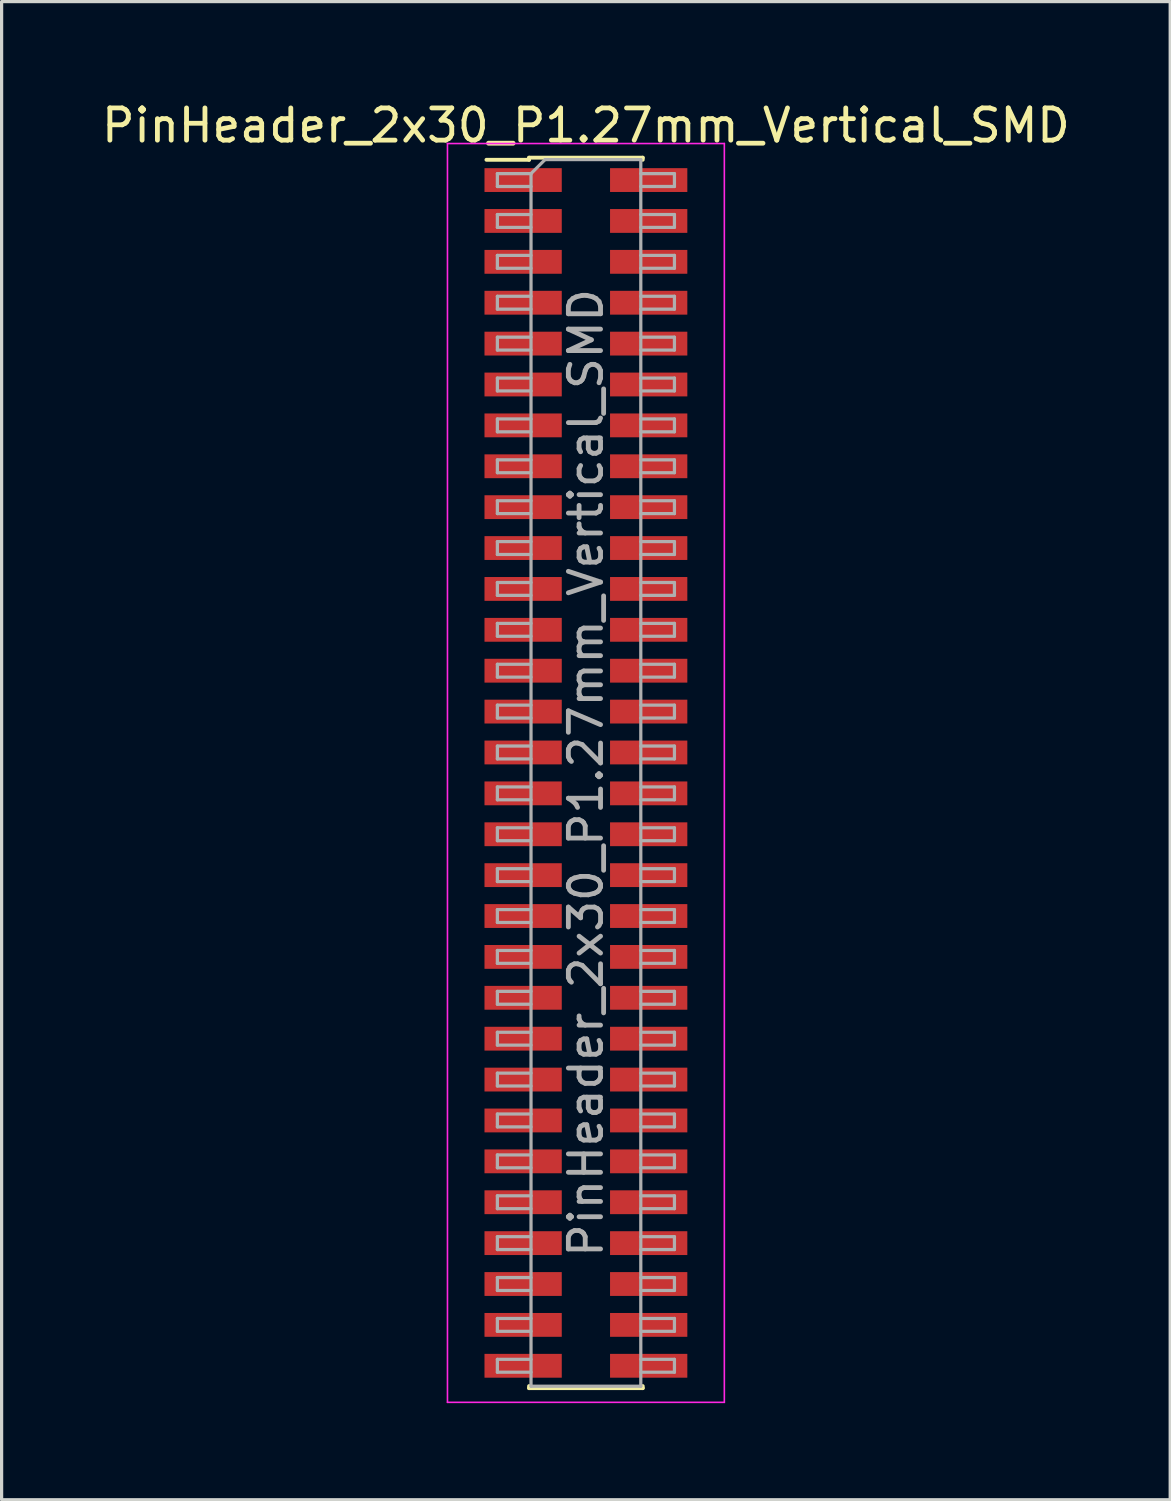
<source format=kicad_pcb>
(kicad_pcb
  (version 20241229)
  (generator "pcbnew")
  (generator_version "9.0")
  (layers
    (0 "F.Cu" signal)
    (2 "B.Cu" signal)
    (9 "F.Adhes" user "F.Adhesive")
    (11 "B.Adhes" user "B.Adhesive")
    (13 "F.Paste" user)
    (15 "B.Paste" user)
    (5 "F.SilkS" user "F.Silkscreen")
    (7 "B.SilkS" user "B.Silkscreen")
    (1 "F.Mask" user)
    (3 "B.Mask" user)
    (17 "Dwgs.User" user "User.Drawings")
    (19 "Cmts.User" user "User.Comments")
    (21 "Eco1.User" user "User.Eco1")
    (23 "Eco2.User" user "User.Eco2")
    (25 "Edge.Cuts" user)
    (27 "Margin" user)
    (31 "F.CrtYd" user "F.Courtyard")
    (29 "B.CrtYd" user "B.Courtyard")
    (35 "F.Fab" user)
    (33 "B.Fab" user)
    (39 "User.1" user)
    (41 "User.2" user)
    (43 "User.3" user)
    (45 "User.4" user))
  (footprint "PinHeader_2x30_P1.27mm_Vertical_SMD"
    (layer "F.Cu")
    (at 15.149 20.958)
    (property "Reference" "PinHeader_2x30_P1.27mm_Vertical_SMD" (at 0 -20.11 0) (layer "F.SilkS") (effects (font (size 1 1) (thickness 0.15))))
    (attr smd)
    (fp_line (start -3.09 -19.045) (end -1.765 -19.045) (stroke (width 0.12) (type solid)) (layer "F.SilkS"))
    (fp_line (start -1.765 -19.11) (end -1.765 -19.045) (stroke (width 0.12) (type solid)) (layer "F.SilkS"))
    (fp_line (start -1.765 -19.11) (end 1.765 -19.11) (stroke (width 0.12) (type solid)) (layer "F.SilkS"))
    (fp_line (start -1.765 19.045) (end -1.765 19.11) (stroke (width 0.12) (type solid)) (layer "F.SilkS"))
    (fp_line (start -1.765 19.11) (end 1.765 19.11) (stroke (width 0.12) (type solid)) (layer "F.SilkS"))
    (fp_line (start 1.765 -19.11) (end 1.765 -19.045) (stroke (width 0.12) (type solid)) (layer "F.SilkS"))
    (fp_line (start 1.765 19.045) (end 1.765 19.11) (stroke (width 0.12) (type solid)) (layer "F.SilkS"))
    (fp_line (start -4.3 -19.55) (end -4.3 19.55) (stroke (width 0.05) (type solid)) (layer "F.CrtYd"))
    (fp_line (start -4.3 19.55) (end 4.3 19.55) (stroke (width 0.05) (type solid)) (layer "F.CrtYd"))
    (fp_line (start 4.3 -19.55) (end -4.3 -19.55) (stroke (width 0.05) (type solid)) (layer "F.CrtYd"))
    (fp_line (start 4.3 19.55) (end 4.3 -19.55) (stroke (width 0.05) (type solid)) (layer "F.CrtYd"))
    (fp_line (start -2.75 -18.615) (end -2.75 -18.215) (stroke (width 0.1) (type solid)) (layer "F.Fab"))
    (fp_line (start -2.75 -18.215) (end -1.705 -18.215) (stroke (width 0.1) (type solid)) (layer "F.Fab"))
    (fp_line (start -2.75 -17.345) (end -2.75 -16.945) (stroke (width 0.1) (type solid)) (layer "F.Fab"))
    (fp_line (start -2.75 -16.945) (end -1.705 -16.945) (stroke (width 0.1) (type solid)) (layer "F.Fab"))
    (fp_line (start -2.75 -16.075) (end -2.75 -15.675) (stroke (width 0.1) (type solid)) (layer "F.Fab"))
    (fp_line (start -2.75 -15.675) (end -1.705 -15.675) (stroke (width 0.1) (type solid)) (layer "F.Fab"))
    (fp_line (start -2.75 -14.805) (end -2.75 -14.405) (stroke (width 0.1) (type solid)) (layer "F.Fab"))
    (fp_line (start -2.75 -14.405) (end -1.705 -14.405) (stroke (width 0.1) (type solid)) (layer "F.Fab"))
    (fp_line (start -2.75 -13.535) (end -2.75 -13.135) (stroke (width 0.1) (type solid)) (layer "F.Fab"))
    (fp_line (start -2.75 -13.135) (end -1.705 -13.135) (stroke (width 0.1) (type solid)) (layer "F.Fab"))
    (fp_line (start -2.75 -12.265) (end -2.75 -11.865) (stroke (width 0.1) (type solid)) (layer "F.Fab"))
    (fp_line (start -2.75 -11.865) (end -1.705 -11.865) (stroke (width 0.1) (type solid)) (layer "F.Fab"))
    (fp_line (start -2.75 -10.995) (end -2.75 -10.595) (stroke (width 0.1) (type solid)) (layer "F.Fab"))
    (fp_line (start -2.75 -10.595) (end -1.705 -10.595) (stroke (width 0.1) (type solid)) (layer "F.Fab"))
    (fp_line (start -2.75 -9.725) (end -2.75 -9.325) (stroke (width 0.1) (type solid)) (layer "F.Fab"))
    (fp_line (start -2.75 -9.325) (end -1.705 -9.325) (stroke (width 0.1) (type solid)) (layer "F.Fab"))
    (fp_line (start -2.75 -8.455) (end -2.75 -8.055) (stroke (width 0.1) (type solid)) (layer "F.Fab"))
    (fp_line (start -2.75 -8.055) (end -1.705 -8.055) (stroke (width 0.1) (type solid)) (layer "F.Fab"))
    (fp_line (start -2.75 -7.185) (end -2.75 -6.785) (stroke (width 0.1) (type solid)) (layer "F.Fab"))
    (fp_line (start -2.75 -6.785) (end -1.705 -6.785) (stroke (width 0.1) (type solid)) (layer "F.Fab"))
    (fp_line (start -2.75 -5.915) (end -2.75 -5.515) (stroke (width 0.1) (type solid)) (layer "F.Fab"))
    (fp_line (start -2.75 -5.515) (end -1.705 -5.515) (stroke (width 0.1) (type solid)) (layer "F.Fab"))
    (fp_line (start -2.75 -4.645) (end -2.75 -4.245) (stroke (width 0.1) (type solid)) (layer "F.Fab"))
    (fp_line (start -2.75 -4.245) (end -1.705 -4.245) (stroke (width 0.1) (type solid)) (layer "F.Fab"))
    (fp_line (start -2.75 -3.375) (end -2.75 -2.975) (stroke (width 0.1) (type solid)) (layer "F.Fab"))
    (fp_line (start -2.75 -2.975) (end -1.705 -2.975) (stroke (width 0.1) (type solid)) (layer "F.Fab"))
    (fp_line (start -2.75 -2.105) (end -2.75 -1.705) (stroke (width 0.1) (type solid)) (layer "F.Fab"))
    (fp_line (start -2.75 -1.705) (end -1.705 -1.705) (stroke (width 0.1) (type solid)) (layer "F.Fab"))
    (fp_line (start -2.75 -0.835) (end -2.75 -0.435) (stroke (width 0.1) (type solid)) (layer "F.Fab"))
    (fp_line (start -2.75 -0.435) (end -1.705 -0.435) (stroke (width 0.1) (type solid)) (layer "F.Fab"))
    (fp_line (start -2.75 0.435) (end -2.75 0.835) (stroke (width 0.1) (type solid)) (layer "F.Fab"))
    (fp_line (start -2.75 0.835) (end -1.705 0.835) (stroke (width 0.1) (type solid)) (layer "F.Fab"))
    (fp_line (start -2.75 1.705) (end -2.75 2.105) (stroke (width 0.1) (type solid)) (layer "F.Fab"))
    (fp_line (start -2.75 2.105) (end -1.705 2.105) (stroke (width 0.1) (type solid)) (layer "F.Fab"))
    (fp_line (start -2.75 2.975) (end -2.75 3.375) (stroke (width 0.1) (type solid)) (layer "F.Fab"))
    (fp_line (start -2.75 3.375) (end -1.705 3.375) (stroke (width 0.1) (type solid)) (layer "F.Fab"))
    (fp_line (start -2.75 4.245) (end -2.75 4.645) (stroke (width 0.1) (type solid)) (layer "F.Fab"))
    (fp_line (start -2.75 4.645) (end -1.705 4.645) (stroke (width 0.1) (type solid)) (layer "F.Fab"))
    (fp_line (start -2.75 5.515) (end -2.75 5.915) (stroke (width 0.1) (type solid)) (layer "F.Fab"))
    (fp_line (start -2.75 5.915) (end -1.705 5.915) (stroke (width 0.1) (type solid)) (layer "F.Fab"))
    (fp_line (start -2.75 6.785) (end -2.75 7.185) (stroke (width 0.1) (type solid)) (layer "F.Fab"))
    (fp_line (start -2.75 7.185) (end -1.705 7.185) (stroke (width 0.1) (type solid)) (layer "F.Fab"))
    (fp_line (start -2.75 8.055) (end -2.75 8.455) (stroke (width 0.1) (type solid)) (layer "F.Fab"))
    (fp_line (start -2.75 8.455) (end -1.705 8.455) (stroke (width 0.1) (type solid)) (layer "F.Fab"))
    (fp_line (start -2.75 9.325) (end -2.75 9.725) (stroke (width 0.1) (type solid)) (layer "F.Fab"))
    (fp_line (start -2.75 9.725) (end -1.705 9.725) (stroke (width 0.1) (type solid)) (layer "F.Fab"))
    (fp_line (start -2.75 10.595) (end -2.75 10.995) (stroke (width 0.1) (type solid)) (layer "F.Fab"))
    (fp_line (start -2.75 10.995) (end -1.705 10.995) (stroke (width 0.1) (type solid)) (layer "F.Fab"))
    (fp_line (start -2.75 11.865) (end -2.75 12.265) (stroke (width 0.1) (type solid)) (layer "F.Fab"))
    (fp_line (start -2.75 12.265) (end -1.705 12.265) (stroke (width 0.1) (type solid)) (layer "F.Fab"))
    (fp_line (start -2.75 13.135) (end -2.75 13.535) (stroke (width 0.1) (type solid)) (layer "F.Fab"))
    (fp_line (start -2.75 13.535) (end -1.705 13.535) (stroke (width 0.1) (type solid)) (layer "F.Fab"))
    (fp_line (start -2.75 14.405) (end -2.75 14.805) (stroke (width 0.1) (type solid)) (layer "F.Fab"))
    (fp_line (start -2.75 14.805) (end -1.705 14.805) (stroke (width 0.1) (type solid)) (layer "F.Fab"))
    (fp_line (start -2.75 15.675) (end -2.75 16.075) (stroke (width 0.1) (type solid)) (layer "F.Fab"))
    (fp_line (start -2.75 16.075) (end -1.705 16.075) (stroke (width 0.1) (type solid)) (layer "F.Fab"))
    (fp_line (start -2.75 16.945) (end -2.75 17.345) (stroke (width 0.1) (type solid)) (layer "F.Fab"))
    (fp_line (start -2.75 17.345) (end -1.705 17.345) (stroke (width 0.1) (type solid)) (layer "F.Fab"))
    (fp_line (start -2.75 18.215) (end -2.75 18.615) (stroke (width 0.1) (type solid)) (layer "F.Fab"))
    (fp_line (start -2.75 18.615) (end -1.705 18.615) (stroke (width 0.1) (type solid)) (layer "F.Fab"))
    (fp_line (start -1.705 -18.615) (end -2.75 -18.615) (stroke (width 0.1) (type solid)) (layer "F.Fab"))
    (fp_line (start -1.705 -18.615) (end -1.27 -19.05) (stroke (width 0.1) (type solid)) (layer "F.Fab"))
    (fp_line (start -1.705 -17.345) (end -2.75 -17.345) (stroke (width 0.1) (type solid)) (layer "F.Fab"))
    (fp_line (start -1.705 -16.075) (end -2.75 -16.075) (stroke (width 0.1) (type solid)) (layer "F.Fab"))
    (fp_line (start -1.705 -14.805) (end -2.75 -14.805) (stroke (width 0.1) (type solid)) (layer "F.Fab"))
    (fp_line (start -1.705 -13.535) (end -2.75 -13.535) (stroke (width 0.1) (type solid)) (layer "F.Fab"))
    (fp_line (start -1.705 -12.265) (end -2.75 -12.265) (stroke (width 0.1) (type solid)) (layer "F.Fab"))
    (fp_line (start -1.705 -10.995) (end -2.75 -10.995) (stroke (width 0.1) (type solid)) (layer "F.Fab"))
    (fp_line (start -1.705 -9.725) (end -2.75 -9.725) (stroke (width 0.1) (type solid)) (layer "F.Fab"))
    (fp_line (start -1.705 -8.455) (end -2.75 -8.455) (stroke (width 0.1) (type solid)) (layer "F.Fab"))
    (fp_line (start -1.705 -7.185) (end -2.75 -7.185) (stroke (width 0.1) (type solid)) (layer "F.Fab"))
    (fp_line (start -1.705 -5.915) (end -2.75 -5.915) (stroke (width 0.1) (type solid)) (layer "F.Fab"))
    (fp_line (start -1.705 -4.645) (end -2.75 -4.645) (stroke (width 0.1) (type solid)) (layer "F.Fab"))
    (fp_line (start -1.705 -3.375) (end -2.75 -3.375) (stroke (width 0.1) (type solid)) (layer "F.Fab"))
    (fp_line (start -1.705 -2.105) (end -2.75 -2.105) (stroke (width 0.1) (type solid)) (layer "F.Fab"))
    (fp_line (start -1.705 -0.835) (end -2.75 -0.835) (stroke (width 0.1) (type solid)) (layer "F.Fab"))
    (fp_line (start -1.705 0.435) (end -2.75 0.435) (stroke (width 0.1) (type solid)) (layer "F.Fab"))
    (fp_line (start -1.705 1.705) (end -2.75 1.705) (stroke (width 0.1) (type solid)) (layer "F.Fab"))
    (fp_line (start -1.705 2.975) (end -2.75 2.975) (stroke (width 0.1) (type solid)) (layer "F.Fab"))
    (fp_line (start -1.705 4.245) (end -2.75 4.245) (stroke (width 0.1) (type solid)) (layer "F.Fab"))
    (fp_line (start -1.705 5.515) (end -2.75 5.515) (stroke (width 0.1) (type solid)) (layer "F.Fab"))
    (fp_line (start -1.705 6.785) (end -2.75 6.785) (stroke (width 0.1) (type solid)) (layer "F.Fab"))
    (fp_line (start -1.705 8.055) (end -2.75 8.055) (stroke (width 0.1) (type solid)) (layer "F.Fab"))
    (fp_line (start -1.705 9.325) (end -2.75 9.325) (stroke (width 0.1) (type solid)) (layer "F.Fab"))
    (fp_line (start -1.705 10.595) (end -2.75 10.595) (stroke (width 0.1) (type solid)) (layer "F.Fab"))
    (fp_line (start -1.705 11.865) (end -2.75 11.865) (stroke (width 0.1) (type solid)) (layer "F.Fab"))
    (fp_line (start -1.705 13.135) (end -2.75 13.135) (stroke (width 0.1) (type solid)) (layer "F.Fab"))
    (fp_line (start -1.705 14.405) (end -2.75 14.405) (stroke (width 0.1) (type solid)) (layer "F.Fab"))
    (fp_line (start -1.705 15.675) (end -2.75 15.675) (stroke (width 0.1) (type solid)) (layer "F.Fab"))
    (fp_line (start -1.705 16.945) (end -2.75 16.945) (stroke (width 0.1) (type solid)) (layer "F.Fab"))
    (fp_line (start -1.705 18.215) (end -2.75 18.215) (stroke (width 0.1) (type solid)) (layer "F.Fab"))
    (fp_line (start -1.705 19.05) (end -1.705 -18.615) (stroke (width 0.1) (type solid)) (layer "F.Fab"))
    (fp_line (start -1.27 -19.05) (end 1.705 -19.05) (stroke (width 0.1) (type solid)) (layer "F.Fab"))
    (fp_line (start 1.705 -19.05) (end 1.705 19.05) (stroke (width 0.1) (type solid)) (layer "F.Fab"))
    (fp_line (start 1.705 -18.615) (end 2.75 -18.615) (stroke (width 0.1) (type solid)) (layer "F.Fab"))
    (fp_line (start 1.705 -17.345) (end 2.75 -17.345) (stroke (width 0.1) (type solid)) (layer "F.Fab"))
    (fp_line (start 1.705 -16.075) (end 2.75 -16.075) (stroke (width 0.1) (type solid)) (layer "F.Fab"))
    (fp_line (start 1.705 -14.805) (end 2.75 -14.805) (stroke (width 0.1) (type solid)) (layer "F.Fab"))
    (fp_line (start 1.705 -13.535) (end 2.75 -13.535) (stroke (width 0.1) (type solid)) (layer "F.Fab"))
    (fp_line (start 1.705 -12.265) (end 2.75 -12.265) (stroke (width 0.1) (type solid)) (layer "F.Fab"))
    (fp_line (start 1.705 -10.995) (end 2.75 -10.995) (stroke (width 0.1) (type solid)) (layer "F.Fab"))
    (fp_line (start 1.705 -9.725) (end 2.75 -9.725) (stroke (width 0.1) (type solid)) (layer "F.Fab"))
    (fp_line (start 1.705 -8.455) (end 2.75 -8.455) (stroke (width 0.1) (type solid)) (layer "F.Fab"))
    (fp_line (start 1.705 -7.185) (end 2.75 -7.185) (stroke (width 0.1) (type solid)) (layer "F.Fab"))
    (fp_line (start 1.705 -5.915) (end 2.75 -5.915) (stroke (width 0.1) (type solid)) (layer "F.Fab"))
    (fp_line (start 1.705 -4.645) (end 2.75 -4.645) (stroke (width 0.1) (type solid)) (layer "F.Fab"))
    (fp_line (start 1.705 -3.375) (end 2.75 -3.375) (stroke (width 0.1) (type solid)) (layer "F.Fab"))
    (fp_line (start 1.705 -2.105) (end 2.75 -2.105) (stroke (width 0.1) (type solid)) (layer "F.Fab"))
    (fp_line (start 1.705 -0.835) (end 2.75 -0.835) (stroke (width 0.1) (type solid)) (layer "F.Fab"))
    (fp_line (start 1.705 0.435) (end 2.75 0.435) (stroke (width 0.1) (type solid)) (layer "F.Fab"))
    (fp_line (start 1.705 1.705) (end 2.75 1.705) (stroke (width 0.1) (type solid)) (layer "F.Fab"))
    (fp_line (start 1.705 2.975) (end 2.75 2.975) (stroke (width 0.1) (type solid)) (layer "F.Fab"))
    (fp_line (start 1.705 4.245) (end 2.75 4.245) (stroke (width 0.1) (type solid)) (layer "F.Fab"))
    (fp_line (start 1.705 5.515) (end 2.75 5.515) (stroke (width 0.1) (type solid)) (layer "F.Fab"))
    (fp_line (start 1.705 6.785) (end 2.75 6.785) (stroke (width 0.1) (type solid)) (layer "F.Fab"))
    (fp_line (start 1.705 8.055) (end 2.75 8.055) (stroke (width 0.1) (type solid)) (layer "F.Fab"))
    (fp_line (start 1.705 9.325) (end 2.75 9.325) (stroke (width 0.1) (type solid)) (layer "F.Fab"))
    (fp_line (start 1.705 10.595) (end 2.75 10.595) (stroke (width 0.1) (type solid)) (layer "F.Fab"))
    (fp_line (start 1.705 11.865) (end 2.75 11.865) (stroke (width 0.1) (type solid)) (layer "F.Fab"))
    (fp_line (start 1.705 13.135) (end 2.75 13.135) (stroke (width 0.1) (type solid)) (layer "F.Fab"))
    (fp_line (start 1.705 14.405) (end 2.75 14.405) (stroke (width 0.1) (type solid)) (layer "F.Fab"))
    (fp_line (start 1.705 15.675) (end 2.75 15.675) (stroke (width 0.1) (type solid)) (layer "F.Fab"))
    (fp_line (start 1.705 16.945) (end 2.75 16.945) (stroke (width 0.1) (type solid)) (layer "F.Fab"))
    (fp_line (start 1.705 18.215) (end 2.75 18.215) (stroke (width 0.1) (type solid)) (layer "F.Fab"))
    (fp_line (start 1.705 19.05) (end -1.705 19.05) (stroke (width 0.1) (type solid)) (layer "F.Fab"))
    (fp_line (start 2.75 -18.615) (end 2.75 -18.215) (stroke (width 0.1) (type solid)) (layer "F.Fab"))
    (fp_line (start 2.75 -18.215) (end 1.705 -18.215) (stroke (width 0.1) (type solid)) (layer "F.Fab"))
    (fp_line (start 2.75 -17.345) (end 2.75 -16.945) (stroke (width 0.1) (type solid)) (layer "F.Fab"))
    (fp_line (start 2.75 -16.945) (end 1.705 -16.945) (stroke (width 0.1) (type solid)) (layer "F.Fab"))
    (fp_line (start 2.75 -16.075) (end 2.75 -15.675) (stroke (width 0.1) (type solid)) (layer "F.Fab"))
    (fp_line (start 2.75 -15.675) (end 1.705 -15.675) (stroke (width 0.1) (type solid)) (layer "F.Fab"))
    (fp_line (start 2.75 -14.805) (end 2.75 -14.405) (stroke (width 0.1) (type solid)) (layer "F.Fab"))
    (fp_line (start 2.75 -14.405) (end 1.705 -14.405) (stroke (width 0.1) (type solid)) (layer "F.Fab"))
    (fp_line (start 2.75 -13.535) (end 2.75 -13.135) (stroke (width 0.1) (type solid)) (layer "F.Fab"))
    (fp_line (start 2.75 -13.135) (end 1.705 -13.135) (stroke (width 0.1) (type solid)) (layer "F.Fab"))
    (fp_line (start 2.75 -12.265) (end 2.75 -11.865) (stroke (width 0.1) (type solid)) (layer "F.Fab"))
    (fp_line (start 2.75 -11.865) (end 1.705 -11.865) (stroke (width 0.1) (type solid)) (layer "F.Fab"))
    (fp_line (start 2.75 -10.995) (end 2.75 -10.595) (stroke (width 0.1) (type solid)) (layer "F.Fab"))
    (fp_line (start 2.75 -10.595) (end 1.705 -10.595) (stroke (width 0.1) (type solid)) (layer "F.Fab"))
    (fp_line (start 2.75 -9.725) (end 2.75 -9.325) (stroke (width 0.1) (type solid)) (layer "F.Fab"))
    (fp_line (start 2.75 -9.325) (end 1.705 -9.325) (stroke (width 0.1) (type solid)) (layer "F.Fab"))
    (fp_line (start 2.75 -8.455) (end 2.75 -8.055) (stroke (width 0.1) (type solid)) (layer "F.Fab"))
    (fp_line (start 2.75 -8.055) (end 1.705 -8.055) (stroke (width 0.1) (type solid)) (layer "F.Fab"))
    (fp_line (start 2.75 -7.185) (end 2.75 -6.785) (stroke (width 0.1) (type solid)) (layer "F.Fab"))
    (fp_line (start 2.75 -6.785) (end 1.705 -6.785) (stroke (width 0.1) (type solid)) (layer "F.Fab"))
    (fp_line (start 2.75 -5.915) (end 2.75 -5.515) (stroke (width 0.1) (type solid)) (layer "F.Fab"))
    (fp_line (start 2.75 -5.515) (end 1.705 -5.515) (stroke (width 0.1) (type solid)) (layer "F.Fab"))
    (fp_line (start 2.75 -4.645) (end 2.75 -4.245) (stroke (width 0.1) (type solid)) (layer "F.Fab"))
    (fp_line (start 2.75 -4.245) (end 1.705 -4.245) (stroke (width 0.1) (type solid)) (layer "F.Fab"))
    (fp_line (start 2.75 -3.375) (end 2.75 -2.975) (stroke (width 0.1) (type solid)) (layer "F.Fab"))
    (fp_line (start 2.75 -2.975) (end 1.705 -2.975) (stroke (width 0.1) (type solid)) (layer "F.Fab"))
    (fp_line (start 2.75 -2.105) (end 2.75 -1.705) (stroke (width 0.1) (type solid)) (layer "F.Fab"))
    (fp_line (start 2.75 -1.705) (end 1.705 -1.705) (stroke (width 0.1) (type solid)) (layer "F.Fab"))
    (fp_line (start 2.75 -0.835) (end 2.75 -0.435) (stroke (width 0.1) (type solid)) (layer "F.Fab"))
    (fp_line (start 2.75 -0.435) (end 1.705 -0.435) (stroke (width 0.1) (type solid)) (layer "F.Fab"))
    (fp_line (start 2.75 0.435) (end 2.75 0.835) (stroke (width 0.1) (type solid)) (layer "F.Fab"))
    (fp_line (start 2.75 0.835) (end 1.705 0.835) (stroke (width 0.1) (type solid)) (layer "F.Fab"))
    (fp_line (start 2.75 1.705) (end 2.75 2.105) (stroke (width 0.1) (type solid)) (layer "F.Fab"))
    (fp_line (start 2.75 2.105) (end 1.705 2.105) (stroke (width 0.1) (type solid)) (layer "F.Fab"))
    (fp_line (start 2.75 2.975) (end 2.75 3.375) (stroke (width 0.1) (type solid)) (layer "F.Fab"))
    (fp_line (start 2.75 3.375) (end 1.705 3.375) (stroke (width 0.1) (type solid)) (layer "F.Fab"))
    (fp_line (start 2.75 4.245) (end 2.75 4.645) (stroke (width 0.1) (type solid)) (layer "F.Fab"))
    (fp_line (start 2.75 4.645) (end 1.705 4.645) (stroke (width 0.1) (type solid)) (layer "F.Fab"))
    (fp_line (start 2.75 5.515) (end 2.75 5.915) (stroke (width 0.1) (type solid)) (layer "F.Fab"))
    (fp_line (start 2.75 5.915) (end 1.705 5.915) (stroke (width 0.1) (type solid)) (layer "F.Fab"))
    (fp_line (start 2.75 6.785) (end 2.75 7.185) (stroke (width 0.1) (type solid)) (layer "F.Fab"))
    (fp_line (start 2.75 7.185) (end 1.705 7.185) (stroke (width 0.1) (type solid)) (layer "F.Fab"))
    (fp_line (start 2.75 8.055) (end 2.75 8.455) (stroke (width 0.1) (type solid)) (layer "F.Fab"))
    (fp_line (start 2.75 8.455) (end 1.705 8.455) (stroke (width 0.1) (type solid)) (layer "F.Fab"))
    (fp_line (start 2.75 9.325) (end 2.75 9.725) (stroke (width 0.1) (type solid)) (layer "F.Fab"))
    (fp_line (start 2.75 9.725) (end 1.705 9.725) (stroke (width 0.1) (type solid)) (layer "F.Fab"))
    (fp_line (start 2.75 10.595) (end 2.75 10.995) (stroke (width 0.1) (type solid)) (layer "F.Fab"))
    (fp_line (start 2.75 10.995) (end 1.705 10.995) (stroke (width 0.1) (type solid)) (layer "F.Fab"))
    (fp_line (start 2.75 11.865) (end 2.75 12.265) (stroke (width 0.1) (type solid)) (layer "F.Fab"))
    (fp_line (start 2.75 12.265) (end 1.705 12.265) (stroke (width 0.1) (type solid)) (layer "F.Fab"))
    (fp_line (start 2.75 13.135) (end 2.75 13.535) (stroke (width 0.1) (type solid)) (layer "F.Fab"))
    (fp_line (start 2.75 13.535) (end 1.705 13.535) (stroke (width 0.1) (type solid)) (layer "F.Fab"))
    (fp_line (start 2.75 14.405) (end 2.75 14.805) (stroke (width 0.1) (type solid)) (layer "F.Fab"))
    (fp_line (start 2.75 14.805) (end 1.705 14.805) (stroke (width 0.1) (type solid)) (layer "F.Fab"))
    (fp_line (start 2.75 15.675) (end 2.75 16.075) (stroke (width 0.1) (type solid)) (layer "F.Fab"))
    (fp_line (start 2.75 16.075) (end 1.705 16.075) (stroke (width 0.1) (type solid)) (layer "F.Fab"))
    (fp_line (start 2.75 16.945) (end 2.75 17.345) (stroke (width 0.1) (type solid)) (layer "F.Fab"))
    (fp_line (start 2.75 17.345) (end 1.705 17.345) (stroke (width 0.1) (type solid)) (layer "F.Fab"))
    (fp_line (start 2.75 18.215) (end 2.75 18.615) (stroke (width 0.1) (type solid)) (layer "F.Fab"))
    (fp_line (start 2.75 18.615) (end 1.705 18.615) (stroke (width 0.1) (type solid)) (layer "F.Fab"))
    (fp_text user "${REFERENCE}" (at 0 0 90) (layer "F.Fab") (effects (font (size 1 1) (thickness 0.15))))
    (pad "1" smd rect (at -1.95 -18.415) (size 2.4 0.74) (layers "F.Cu" "F.Mask" "F.Paste"))
    (pad "2" smd rect (at 1.95 -18.415) (size 2.4 0.74) (layers "F.Cu" "F.Mask" "F.Paste"))
    (pad "3" smd rect (at -1.95 -17.145) (size 2.4 0.74) (layers "F.Cu" "F.Mask" "F.Paste"))
    (pad "4" smd rect (at 1.95 -17.145) (size 2.4 0.74) (layers "F.Cu" "F.Mask" "F.Paste"))
    (pad "5" smd rect (at -1.95 -15.875) (size 2.4 0.74) (layers "F.Cu" "F.Mask" "F.Paste"))
    (pad "6" smd rect (at 1.95 -15.875) (size 2.4 0.74) (layers "F.Cu" "F.Mask" "F.Paste"))
    (pad "7" smd rect (at -1.95 -14.605) (size 2.4 0.74) (layers "F.Cu" "F.Mask" "F.Paste"))
    (pad "8" smd rect (at 1.95 -14.605) (size 2.4 0.74) (layers "F.Cu" "F.Mask" "F.Paste"))
    (pad "9" smd rect (at -1.95 -13.335) (size 2.4 0.74) (layers "F.Cu" "F.Mask" "F.Paste"))
    (pad "10" smd rect (at 1.95 -13.335) (size 2.4 0.74) (layers "F.Cu" "F.Mask" "F.Paste"))
    (pad "11" smd rect (at -1.95 -12.065) (size 2.4 0.74) (layers "F.Cu" "F.Mask" "F.Paste"))
    (pad "12" smd rect (at 1.95 -12.065) (size 2.4 0.74) (layers "F.Cu" "F.Mask" "F.Paste"))
    (pad "13" smd rect (at -1.95 -10.795) (size 2.4 0.74) (layers "F.Cu" "F.Mask" "F.Paste"))
    (pad "14" smd rect (at 1.95 -10.795) (size 2.4 0.74) (layers "F.Cu" "F.Mask" "F.Paste"))
    (pad "15" smd rect (at -1.95 -9.525) (size 2.4 0.74) (layers "F.Cu" "F.Mask" "F.Paste"))
    (pad "16" smd rect (at 1.95 -9.525) (size 2.4 0.74) (layers "F.Cu" "F.Mask" "F.Paste"))
    (pad "17" smd rect (at -1.95 -8.255) (size 2.4 0.74) (layers "F.Cu" "F.Mask" "F.Paste"))
    (pad "18" smd rect (at 1.95 -8.255) (size 2.4 0.74) (layers "F.Cu" "F.Mask" "F.Paste"))
    (pad "19" smd rect (at -1.95 -6.985) (size 2.4 0.74) (layers "F.Cu" "F.Mask" "F.Paste"))
    (pad "20" smd rect (at 1.95 -6.985) (size 2.4 0.74) (layers "F.Cu" "F.Mask" "F.Paste"))
    (pad "21" smd rect (at -1.95 -5.715) (size 2.4 0.74) (layers "F.Cu" "F.Mask" "F.Paste"))
    (pad "22" smd rect (at 1.95 -5.715) (size 2.4 0.74) (layers "F.Cu" "F.Mask" "F.Paste"))
    (pad "23" smd rect (at -1.95 -4.445) (size 2.4 0.74) (layers "F.Cu" "F.Mask" "F.Paste"))
    (pad "24" smd rect (at 1.95 -4.445) (size 2.4 0.74) (layers "F.Cu" "F.Mask" "F.Paste"))
    (pad "25" smd rect (at -1.95 -3.175) (size 2.4 0.74) (layers "F.Cu" "F.Mask" "F.Paste"))
    (pad "26" smd rect (at 1.95 -3.175) (size 2.4 0.74) (layers "F.Cu" "F.Mask" "F.Paste"))
    (pad "27" smd rect (at -1.95 -1.905) (size 2.4 0.74) (layers "F.Cu" "F.Mask" "F.Paste"))
    (pad "28" smd rect (at 1.95 -1.905) (size 2.4 0.74) (layers "F.Cu" "F.Mask" "F.Paste"))
    (pad "29" smd rect (at -1.95 -0.635) (size 2.4 0.74) (layers "F.Cu" "F.Mask" "F.Paste"))
    (pad "30" smd rect (at 1.95 -0.635) (size 2.4 0.74) (layers "F.Cu" "F.Mask" "F.Paste"))
    (pad "31" smd rect (at -1.95 0.635) (size 2.4 0.74) (layers "F.Cu" "F.Mask" "F.Paste"))
    (pad "32" smd rect (at 1.95 0.635) (size 2.4 0.74) (layers "F.Cu" "F.Mask" "F.Paste"))
    (pad "33" smd rect (at -1.95 1.905) (size 2.4 0.74) (layers "F.Cu" "F.Mask" "F.Paste"))
    (pad "34" smd rect (at 1.95 1.905) (size 2.4 0.74) (layers "F.Cu" "F.Mask" "F.Paste"))
    (pad "35" smd rect (at -1.95 3.175) (size 2.4 0.74) (layers "F.Cu" "F.Mask" "F.Paste"))
    (pad "36" smd rect (at 1.95 3.175) (size 2.4 0.74) (layers "F.Cu" "F.Mask" "F.Paste"))
    (pad "37" smd rect (at -1.95 4.445) (size 2.4 0.74) (layers "F.Cu" "F.Mask" "F.Paste"))
    (pad "38" smd rect (at 1.95 4.445) (size 2.4 0.74) (layers "F.Cu" "F.Mask" "F.Paste"))
    (pad "39" smd rect (at -1.95 5.715) (size 2.4 0.74) (layers "F.Cu" "F.Mask" "F.Paste"))
    (pad "40" smd rect (at 1.95 5.715) (size 2.4 0.74) (layers "F.Cu" "F.Mask" "F.Paste"))
    (pad "41" smd rect (at -1.95 6.985) (size 2.4 0.74) (layers "F.Cu" "F.Mask" "F.Paste"))
    (pad "42" smd rect (at 1.95 6.985) (size 2.4 0.74) (layers "F.Cu" "F.Mask" "F.Paste"))
    (pad "43" smd rect (at -1.95 8.255) (size 2.4 0.74) (layers "F.Cu" "F.Mask" "F.Paste"))
    (pad "44" smd rect (at 1.95 8.255) (size 2.4 0.74) (layers "F.Cu" "F.Mask" "F.Paste"))
    (pad "45" smd rect (at -1.95 9.525) (size 2.4 0.74) (layers "F.Cu" "F.Mask" "F.Paste"))
    (pad "46" smd rect (at 1.95 9.525) (size 2.4 0.74) (layers "F.Cu" "F.Mask" "F.Paste"))
    (pad "47" smd rect (at -1.95 10.795) (size 2.4 0.74) (layers "F.Cu" "F.Mask" "F.Paste"))
    (pad "48" smd rect (at 1.95 10.795) (size 2.4 0.74) (layers "F.Cu" "F.Mask" "F.Paste"))
    (pad "49" smd rect (at -1.95 12.065) (size 2.4 0.74) (layers "F.Cu" "F.Mask" "F.Paste"))
    (pad "50" smd rect (at 1.95 12.065) (size 2.4 0.74) (layers "F.Cu" "F.Mask" "F.Paste"))
    (pad "51" smd rect (at -1.95 13.335) (size 2.4 0.74) (layers "F.Cu" "F.Mask" "F.Paste"))
    (pad "52" smd rect (at 1.95 13.335) (size 2.4 0.74) (layers "F.Cu" "F.Mask" "F.Paste"))
    (pad "53" smd rect (at -1.95 14.605) (size 2.4 0.74) (layers "F.Cu" "F.Mask" "F.Paste"))
    (pad "54" smd rect (at 1.95 14.605) (size 2.4 0.74) (layers "F.Cu" "F.Mask" "F.Paste"))
    (pad "55" smd rect (at -1.95 15.875) (size 2.4 0.74) (layers "F.Cu" "F.Mask" "F.Paste"))
    (pad "56" smd rect (at 1.95 15.875) (size 2.4 0.74) (layers "F.Cu" "F.Mask" "F.Paste"))
    (pad "57" smd rect (at -1.95 17.145) (size 2.4 0.74) (layers "F.Cu" "F.Mask" "F.Paste"))
    (pad "58" smd rect (at 1.95 17.145) (size 2.4 0.74) (layers "F.Cu" "F.Mask" "F.Paste"))
    (pad "59" smd rect (at -1.95 18.415) (size 2.4 0.74) (layers "F.Cu" "F.Mask" "F.Paste"))
    (pad "60" smd rect (at 1.95 18.415) (size 2.4 0.74) (layers "F.Cu" "F.Mask" "F.Paste")))
  (gr_rect
    (start -3 -3)
    (end 33.298 43.533)
    (stroke (width 0.1) (type default))
    (fill no)
    (layer "Edge.Cuts")))
</source>
